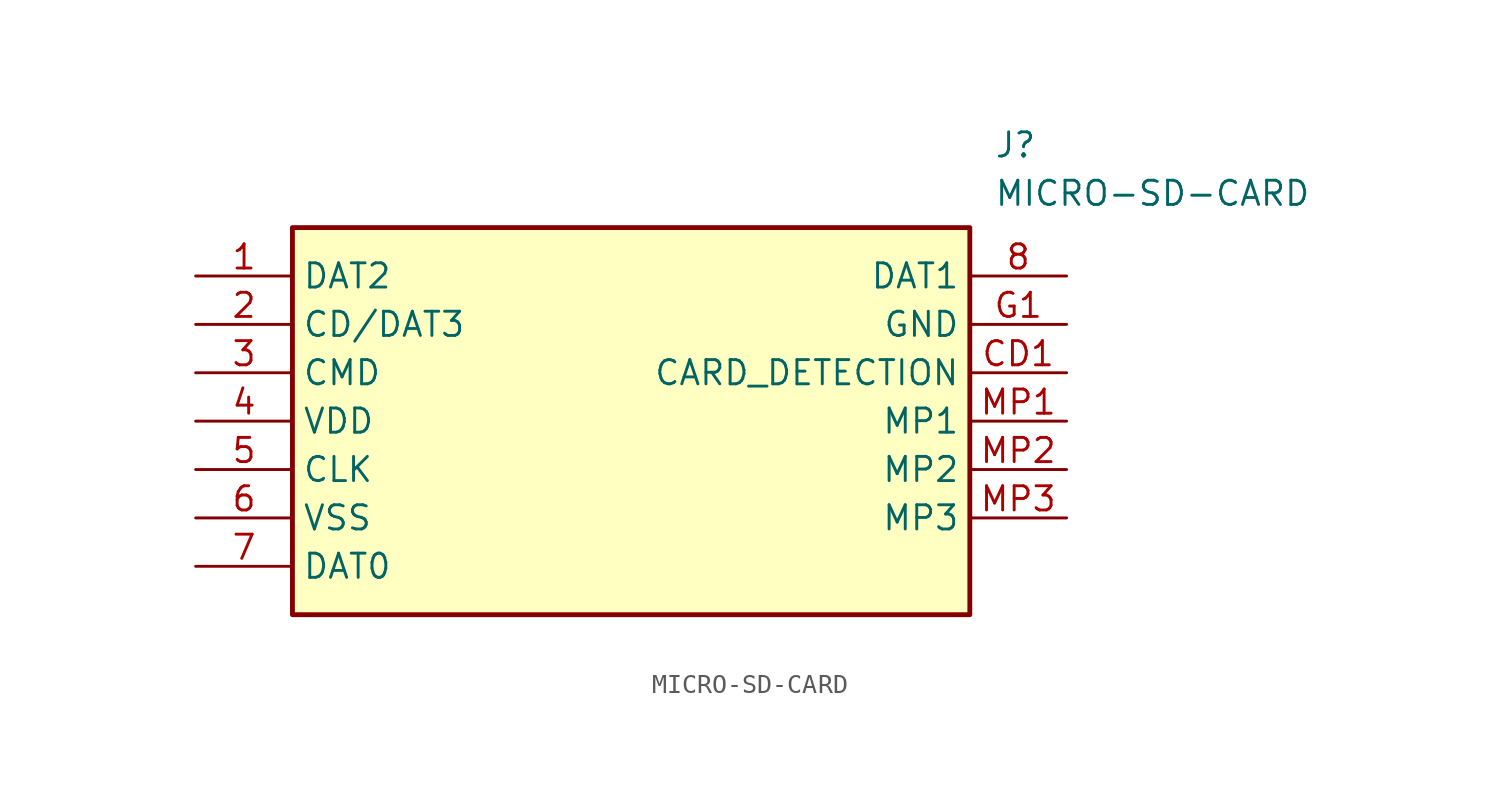
<source format=kicad_sym>
(kicad_symbol_lib
  (version 20211014)
  (generator SamacSys_ECAD_Model)
  (symbol "MICRO-SD-CARD"
    (property "Reference" "J"
      (at 41.91 7.62 0)
      (effects (font (size 1.27 1.27)) (justify left top)))
    (property "Value" "MICRO-SD-CARD"
      (at 41.91 5.08 0)
      (effects (font (size 1.27 1.27)) (justify left top)))
    (rectangle
      (start 5.08 2.54)
      (end 40.64 -17.78)
      (stroke (width 0.254) (type default))
      (fill (type background)))
    (pin passive line
      (at 0 0 0)
      (length 5.08)
      (name "DAT2" (effects (font (size 1.27 1.27))))
      (number "1" (effects (font (size 1.27 1.27)))))
    (pin passive line
      (at 0 -2.54 0)
      (length 5.08)
      (name "CD/DAT3" (effects (font (size 1.27 1.27))))
      (number "2" (effects (font (size 1.27 1.27)))))
    (pin passive line
      (at 0 -5.08 0)
      (length 5.08)
      (name "CMD" (effects (font (size 1.27 1.27))))
      (number "3" (effects (font (size 1.27 1.27)))))
    (pin passive line
      (at 0 -7.62 0)
      (length 5.08)
      (name "VDD" (effects (font (size 1.27 1.27))))
      (number "4" (effects (font (size 1.27 1.27)))))
    (pin passive line
      (at 0 -10.16 0)
      (length 5.08)
      (name "CLK" (effects (font (size 1.27 1.27))))
      (number "5" (effects (font (size 1.27 1.27)))))
    (pin passive line
      (at 0 -12.7 0)
      (length 5.08)
      (name "VSS" (effects (font (size 1.27 1.27))))
      (number "6" (effects (font (size 1.27 1.27)))))
    (pin passive line
      (at 0 -15.24 0)
      (length 5.08)
      (name "DAT0" (effects (font (size 1.27 1.27))))
      (number "7" (effects (font (size 1.27 1.27)))))
    (pin passive line
      (at 45.72 0 180)
      (length 5.08)
      (name "DAT1" (effects (font (size 1.27 1.27))))
      (number "8" (effects (font (size 1.27 1.27)))))
    (pin passive line
      (at 45.72 -2.54 180)
      (length 5.08)
      (name "GND" (effects (font (size 1.27 1.27))))
      (number "G1" (effects (font (size 1.27 1.27)))))
    (pin passive line
      (at 45.72 -5.08 180)
      (length 5.08)
      (name "CARD_DETECTION" (effects (font (size 1.27 1.27))))
      (number "CD1" (effects (font (size 1.27 1.27)))))
    (pin passive line
      (at 45.72 -7.62 180)
      (length 5.08)
      (name "MP1" (effects (font (size 1.27 1.27))))
      (number "MP1" (effects (font (size 1.27 1.27)))))
    (pin passive line
      (at 45.72 -10.16 180)
      (length 5.08)
      (name "MP2" (effects (font (size 1.27 1.27))))
      (number "MP2" (effects (font (size 1.27 1.27)))))
    (pin passive line
      (at 45.72 -12.7 180)
      (length 5.08)
      (name "MP3" (effects (font (size 1.27 1.27))))
      (number "MP3" (effects (font (size 1.27 1.27)))))))
</source>
